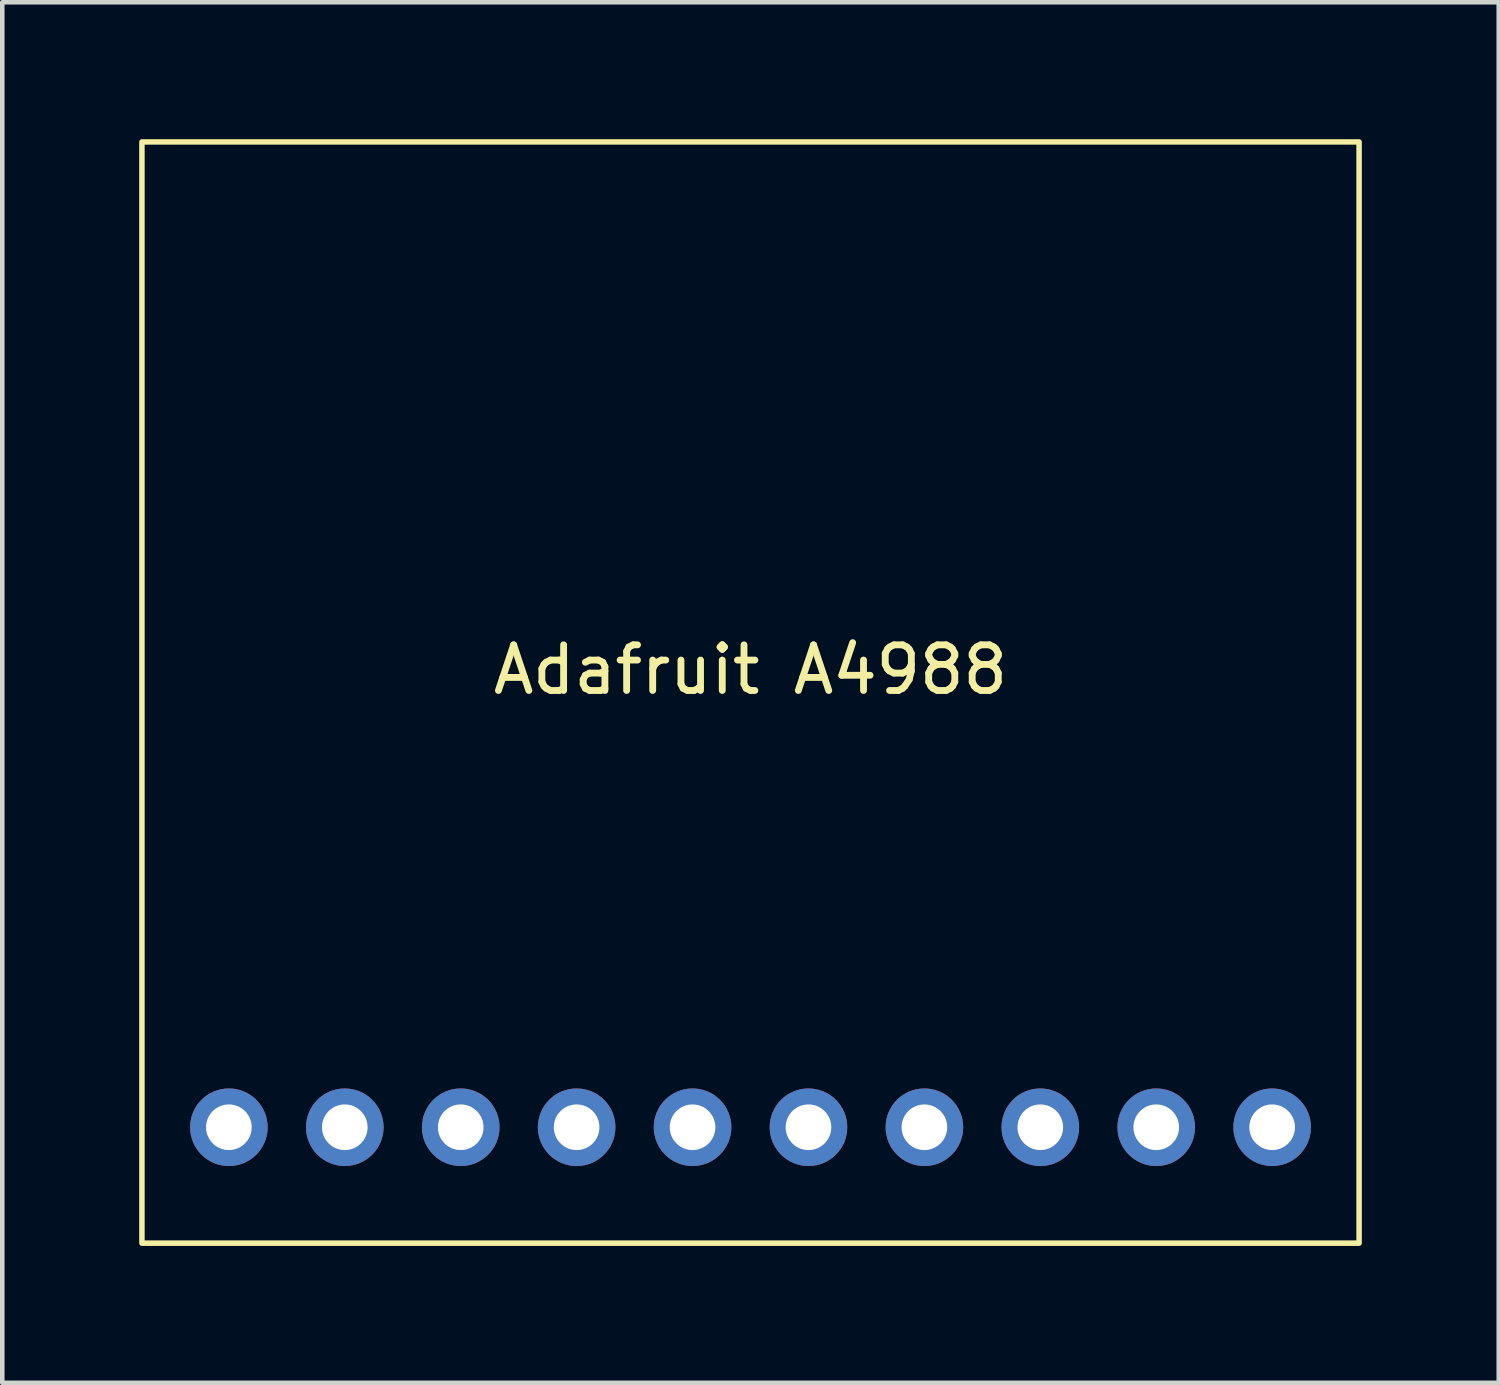
<source format=kicad_pcb>
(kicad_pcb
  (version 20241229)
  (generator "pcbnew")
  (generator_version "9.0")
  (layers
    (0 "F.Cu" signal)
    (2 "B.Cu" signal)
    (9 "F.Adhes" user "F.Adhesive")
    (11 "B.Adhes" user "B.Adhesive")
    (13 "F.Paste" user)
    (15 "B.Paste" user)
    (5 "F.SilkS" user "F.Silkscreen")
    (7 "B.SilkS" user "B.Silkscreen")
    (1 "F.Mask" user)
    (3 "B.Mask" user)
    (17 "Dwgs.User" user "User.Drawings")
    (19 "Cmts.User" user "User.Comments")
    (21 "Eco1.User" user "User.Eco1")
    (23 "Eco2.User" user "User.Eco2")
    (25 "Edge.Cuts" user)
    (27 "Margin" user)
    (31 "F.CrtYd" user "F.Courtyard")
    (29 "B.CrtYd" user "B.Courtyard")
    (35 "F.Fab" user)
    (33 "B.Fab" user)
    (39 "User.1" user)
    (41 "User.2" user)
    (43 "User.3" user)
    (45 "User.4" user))
  (footprint "Adafruit A4988"
    (layer "F.Cu")
    (at 13.395 12.125)
    (property "Reference" "Adafruit A4988" (at 0 -0.5 0) (unlocked yes) (layer "F.SilkS") (effects (font (size 1 1) (thickness 0.15))))
    (attr through_hole)
    (fp_rect (start -13.335 -12.065) (end 13.335 12.065) (stroke (width 0.12) (type solid)) (fill no) (layer "F.SilkS"))
    (pad "1" thru_hole circle (at -11.43 9.525) (size 1.7 1.7) (drill 1) (layers "*.Cu" "*.Mask"))
    (pad "2" thru_hole circle (at -8.89 9.525) (size 1.7 1.7) (drill 1) (layers "*.Cu" "*.Mask"))
    (pad "3" thru_hole circle (at -6.35 9.525) (size 1.7 1.7) (drill 1) (layers "*.Cu" "*.Mask"))
    (pad "4" thru_hole circle (at -3.81 9.525) (size 1.7 1.7) (drill 1) (layers "*.Cu" "*.Mask"))
    (pad "5" thru_hole circle (at -1.27 9.525) (size 1.7 1.7) (drill 1) (layers "*.Cu" "*.Mask"))
    (pad "6" thru_hole circle (at 1.27 9.525) (size 1.7 1.7) (drill 1) (layers "*.Cu" "*.Mask"))
    (pad "7" thru_hole circle (at 3.81 9.525) (size 1.7 1.7) (drill 1) (layers "*.Cu" "*.Mask"))
    (pad "8" thru_hole circle (at 6.35 9.525) (size 1.7 1.7) (drill 1) (layers "*.Cu" "*.Mask"))
    (pad "9" thru_hole circle (at 8.89 9.525) (size 1.7 1.7) (drill 1) (layers "*.Cu" "*.Mask"))
    (pad "10" thru_hole circle (at 11.43 9.525) (size 1.7 1.7) (drill 1) (layers "*.Cu" "*.Mask")))
  (gr_rect
    (start -3 -3)
    (end 29.79 27.25)
    (stroke (width 0.1) (type default))
    (fill no)
    (layer "Edge.Cuts")))
</source>
